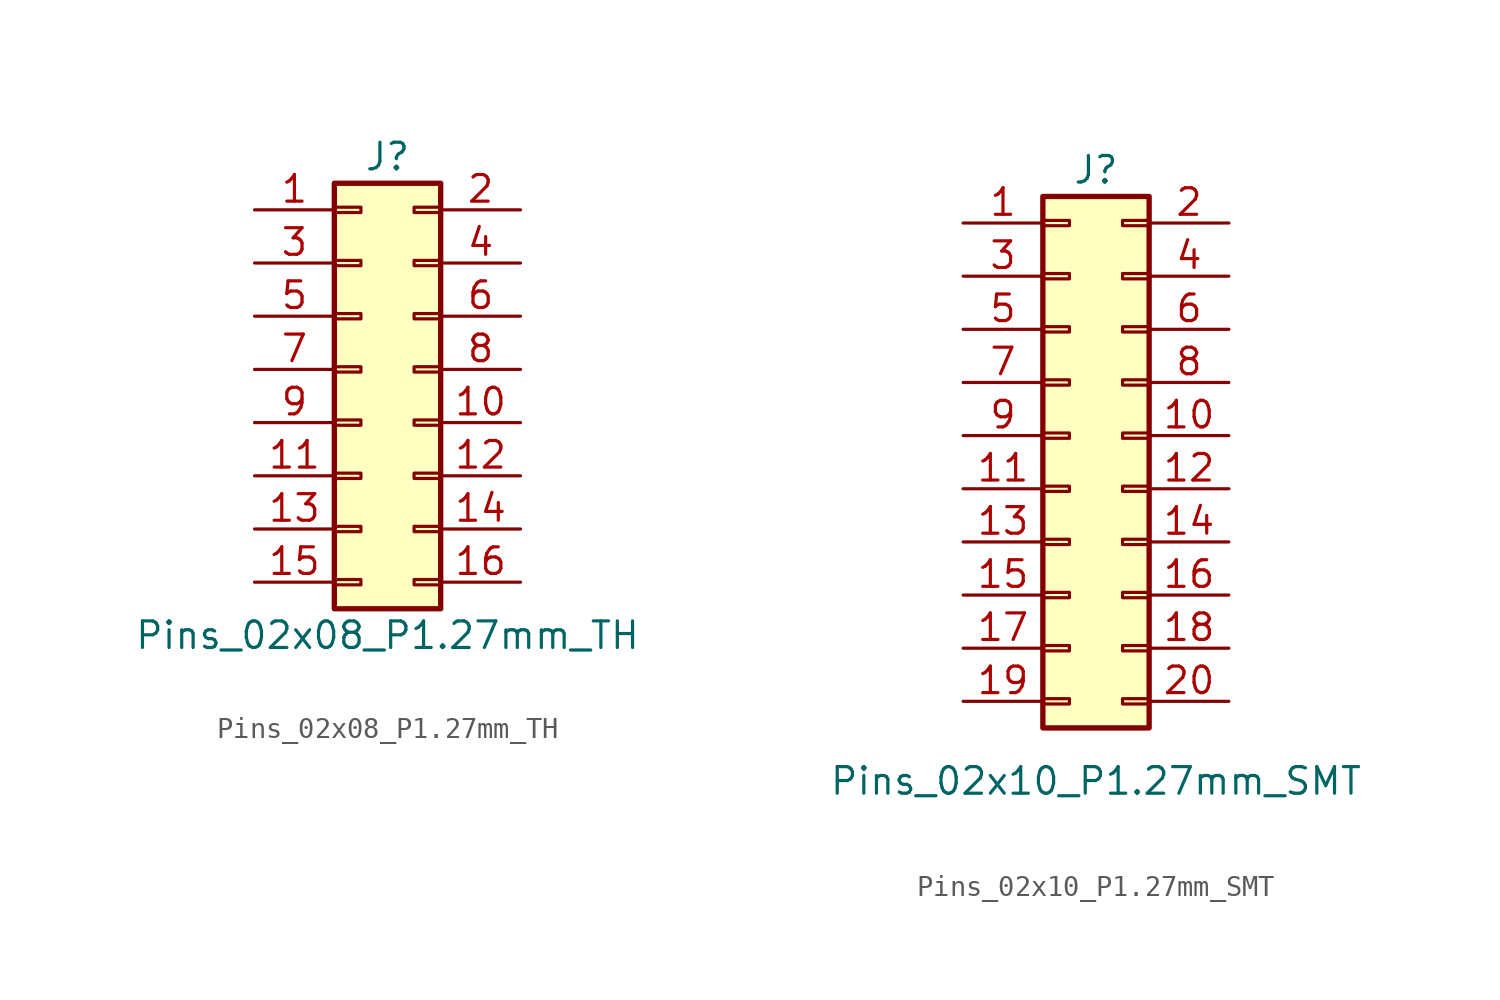
<source format=kicad_sym>
(kicad_symbol_lib
  (version 20211014)
  (generator kicad_symbol_editor)
  (symbol "Pins_02x08_P1.27mm_TH"
    (pin_names
      (offset 1.016) hide)
    (property "Reference" "J"
      (at 0 11.43 0)
      (effects (font (size 1.27 1.27))))
    (property "Value" "Pins_02x08_P1.27mm_TH"
      (at 0 -11.43 0)
      (effects (font (size 1.27 1.27))))
    (symbol "Pins_02x08_P1.27mm_TH_1_1"
      (rectangle (start -2.54 -8.763) (end -1.27 -9.017) (stroke (width 0) (type default) (color 0 0 0 0)) (fill (type none)))
      (rectangle (start -2.54 -6.223) (end -1.27 -6.477) (stroke (width 0) (type default) (color 0 0 0 0)) (fill (type none)))
      (rectangle (start -2.54 -3.683) (end -1.27 -3.937) (stroke (width 0) (type default) (color 0 0 0 0)) (fill (type none)))
      (rectangle (start -2.54 -1.143) (end -1.27 -1.397) (stroke (width 0) (type default) (color 0 0 0 0)) (fill (type none)))
      (rectangle (start -2.54 1.397) (end -1.27 1.143) (stroke (width 0) (type default) (color 0 0 0 0)) (fill (type none)))
      (rectangle (start -2.54 3.937) (end -1.27 3.683) (stroke (width 0) (type default) (color 0 0 0 0)) (fill (type none)))
      (rectangle (start -2.54 6.477) (end -1.27 6.223) (stroke (width 0) (type default) (color 0 0 0 0)) (fill (type none)))
      (rectangle (start -2.54 9.017) (end -1.27 8.763) (stroke (width 0) (type default) (color 0 0 0 0)) (fill (type none)))
      (rectangle (start -2.54 10.16) (end 2.54 -10.16) (stroke (width 0.254) (type default) (color 0 0 0 0)) (fill (type background)))
      (rectangle (start 1.27 -8.763) (end 2.54 -9.017) (stroke (width 0) (type default) (color 0 0 0 0)) (fill (type none)))
      (rectangle (start 1.27 -6.223) (end 2.54 -6.477) (stroke (width 0) (type default) (color 0 0 0 0)) (fill (type none)))
      (rectangle (start 1.27 -3.683) (end 2.54 -3.937) (stroke (width 0) (type default) (color 0 0 0 0)) (fill (type none)))
      (rectangle (start 1.27 -1.143) (end 2.54 -1.397) (stroke (width 0) (type default) (color 0 0 0 0)) (fill (type none)))
      (rectangle (start 1.27 1.397) (end 2.54 1.143) (stroke (width 0) (type default) (color 0 0 0 0)) (fill (type none)))
      (rectangle (start 1.27 3.937) (end 2.54 3.683) (stroke (width 0) (type default) (color 0 0 0 0)) (fill (type none)))
      (rectangle (start 1.27 6.477) (end 2.54 6.223) (stroke (width 0) (type default) (color 0 0 0 0)) (fill (type none)))
      (rectangle (start 1.27 9.017) (end 2.54 8.763) (stroke (width 0) (type default) (color 0 0 0 0)) (fill (type none)))
      (pin passive line (at -6.35 8.89 0) (length 3.81) (name "1" (effects (font (size 1.27 1.27)))) (number "1" (effects (font (size 1.27 1.27)))))
      (pin passive line (at 6.35 -1.27 180) (length 3.81) (name "10" (effects (font (size 1.27 1.27)))) (number "10" (effects (font (size 1.27 1.27)))))
      (pin passive line (at -6.35 -3.81 0) (length 3.81) (name "11" (effects (font (size 1.27 1.27)))) (number "11" (effects (font (size 1.27 1.27)))))
      (pin passive line (at 6.35 -3.81 180) (length 3.81) (name "12" (effects (font (size 1.27 1.27)))) (number "12" (effects (font (size 1.27 1.27)))))
      (pin passive line (at -6.35 -6.35 0) (length 3.81) (name "13" (effects (font (size 1.27 1.27)))) (number "13" (effects (font (size 1.27 1.27)))))
      (pin passive line (at 6.35 -6.35 180) (length 3.81) (name "14" (effects (font (size 1.27 1.27)))) (number "14" (effects (font (size 1.27 1.27)))))
      (pin passive line (at -6.35 -8.89 0) (length 3.81) (name "15" (effects (font (size 1.27 1.27)))) (number "15" (effects (font (size 1.27 1.27)))))
      (pin passive line (at 6.35 -8.89 180) (length 3.81) (name "16" (effects (font (size 1.27 1.27)))) (number "16" (effects (font (size 1.27 1.27)))))
      (pin passive line (at 6.35 8.89 180) (length 3.81) (name "2" (effects (font (size 1.27 1.27)))) (number "2" (effects (font (size 1.27 1.27)))))
      (pin passive line (at -6.35 6.35 0) (length 3.81) (name "3" (effects (font (size 1.27 1.27)))) (number "3" (effects (font (size 1.27 1.27)))))
      (pin passive line (at 6.35 6.35 180) (length 3.81) (name "4" (effects (font (size 1.27 1.27)))) (number "4" (effects (font (size 1.27 1.27)))))
      (pin passive line (at -6.35 3.81 0) (length 3.81) (name "5" (effects (font (size 1.27 1.27)))) (number "5" (effects (font (size 1.27 1.27)))))
      (pin passive line (at 6.35 3.81 180) (length 3.81) (name "6" (effects (font (size 1.27 1.27)))) (number "6" (effects (font (size 1.27 1.27)))))
      (pin passive line (at -6.35 1.27 0) (length 3.81) (name "7" (effects (font (size 1.27 1.27)))) (number "7" (effects (font (size 1.27 1.27)))))
      (pin passive line (at 6.35 1.27 180) (length 3.81) (name "8" (effects (font (size 1.27 1.27)))) (number "8" (effects (font (size 1.27 1.27)))))
      (pin passive line (at -6.35 -1.27 0) (length 3.81) (name "9" (effects (font (size 1.27 1.27)))) (number "9" (effects (font (size 1.27 1.27)))))))
  (symbol "Pins_02x10_P1.27mm_SMT"
    (pin_names
      (offset 1.016) hide)
    (property "Reference" "J"
      (at 0 13.97 0)
      (effects (font (size 1.27 1.27))))
    (property "Value" "Pins_02x10_P1.27mm_SMT"
      (at 0 -15.24 0)
      (effects (font (size 1.27 1.27))))
    (symbol "Pins_02x10_P1.27mm_SMT_1_1"
      (rectangle (start -2.54 -11.303) (end -1.27 -11.557) (stroke (width 0) (type default) (color 0 0 0 0)) (fill (type none)))
      (rectangle (start -2.54 -8.763) (end -1.27 -9.017) (stroke (width 0) (type default) (color 0 0 0 0)) (fill (type none)))
      (rectangle (start -2.54 -6.223) (end -1.27 -6.477) (stroke (width 0) (type default) (color 0 0 0 0)) (fill (type none)))
      (rectangle (start -2.54 -3.683) (end -1.27 -3.937) (stroke (width 0) (type default) (color 0 0 0 0)) (fill (type none)))
      (rectangle (start -2.54 -1.143) (end -1.27 -1.397) (stroke (width 0) (type default) (color 0 0 0 0)) (fill (type none)))
      (rectangle (start -2.54 1.397) (end -1.27 1.143) (stroke (width 0) (type default) (color 0 0 0 0)) (fill (type none)))
      (rectangle (start -2.54 3.937) (end -1.27 3.683) (stroke (width 0) (type default) (color 0 0 0 0)) (fill (type none)))
      (rectangle (start -2.54 6.477) (end -1.27 6.223) (stroke (width 0) (type default) (color 0 0 0 0)) (fill (type none)))
      (rectangle (start -2.54 9.017) (end -1.27 8.763) (stroke (width 0) (type default) (color 0 0 0 0)) (fill (type none)))
      (rectangle (start -2.54 11.557) (end -1.27 11.303) (stroke (width 0) (type default) (color 0 0 0 0)) (fill (type none)))
      (rectangle (start -2.54 12.7) (end 2.54 -12.7) (stroke (width 0.254) (type default) (color 0 0 0 0)) (fill (type background)))
      (rectangle (start 1.27 -11.303) (end 2.54 -11.557) (stroke (width 0) (type default) (color 0 0 0 0)) (fill (type none)))
      (rectangle (start 1.27 -8.763) (end 2.54 -9.017) (stroke (width 0) (type default) (color 0 0 0 0)) (fill (type none)))
      (rectangle (start 1.27 -6.223) (end 2.54 -6.477) (stroke (width 0) (type default) (color 0 0 0 0)) (fill (type none)))
      (rectangle (start 1.27 -3.683) (end 2.54 -3.937) (stroke (width 0) (type default) (color 0 0 0 0)) (fill (type none)))
      (rectangle (start 1.27 -1.143) (end 2.54 -1.397) (stroke (width 0) (type default) (color 0 0 0 0)) (fill (type none)))
      (rectangle (start 1.27 1.397) (end 2.54 1.143) (stroke (width 0) (type default) (color 0 0 0 0)) (fill (type none)))
      (rectangle (start 1.27 3.937) (end 2.54 3.683) (stroke (width 0) (type default) (color 0 0 0 0)) (fill (type none)))
      (rectangle (start 1.27 6.477) (end 2.54 6.223) (stroke (width 0) (type default) (color 0 0 0 0)) (fill (type none)))
      (rectangle (start 1.27 9.017) (end 2.54 8.763) (stroke (width 0) (type default) (color 0 0 0 0)) (fill (type none)))
      (rectangle (start 1.27 11.557) (end 2.54 11.303) (stroke (width 0) (type default) (color 0 0 0 0)) (fill (type none)))
      (pin passive line (at -6.35 11.43 0) (length 3.81) (name "1" (effects (font (size 1.27 1.27)))) (number "1" (effects (font (size 1.27 1.27)))))
      (pin passive line (at 6.35 1.27 180) (length 3.81) (name "10" (effects (font (size 1.27 1.27)))) (number "10" (effects (font (size 1.27 1.27)))))
      (pin passive line (at -6.35 -1.27 0) (length 3.81) (name "11" (effects (font (size 1.27 1.27)))) (number "11" (effects (font (size 1.27 1.27)))))
      (pin passive line (at 6.35 -1.27 180) (length 3.81) (name "12" (effects (font (size 1.27 1.27)))) (number "12" (effects (font (size 1.27 1.27)))))
      (pin passive line (at -6.35 -3.81 0) (length 3.81) (name "13" (effects (font (size 1.27 1.27)))) (number "13" (effects (font (size 1.27 1.27)))))
      (pin passive line (at 6.35 -3.81 180) (length 3.81) (name "14" (effects (font (size 1.27 1.27)))) (number "14" (effects (font (size 1.27 1.27)))))
      (pin passive line (at -6.35 -6.35 0) (length 3.81) (name "15" (effects (font (size 1.27 1.27)))) (number "15" (effects (font (size 1.27 1.27)))))
      (pin passive line (at 6.35 -6.35 180) (length 3.81) (name "16" (effects (font (size 1.27 1.27)))) (number "16" (effects (font (size 1.27 1.27)))))
      (pin passive line (at -6.35 -8.89 0) (length 3.81) (name "17" (effects (font (size 1.27 1.27)))) (number "17" (effects (font (size 1.27 1.27)))))
      (pin passive line (at 6.35 -8.89 180) (length 3.81) (name "18" (effects (font (size 1.27 1.27)))) (number "18" (effects (font (size 1.27 1.27)))))
      (pin passive line (at -6.35 -11.43 0) (length 3.81) (name "19" (effects (font (size 1.27 1.27)))) (number "19" (effects (font (size 1.27 1.27)))))
      (pin passive line (at 6.35 11.43 180) (length 3.81) (name "2" (effects (font (size 1.27 1.27)))) (number "2" (effects (font (size 1.27 1.27)))))
      (pin passive line (at 6.35 -11.43 180) (length 3.81) (name "20" (effects (font (size 1.27 1.27)))) (number "20" (effects (font (size 1.27 1.27)))))
      (pin passive line (at -6.35 8.89 0) (length 3.81) (name "3" (effects (font (size 1.27 1.27)))) (number "3" (effects (font (size 1.27 1.27)))))
      (pin passive line (at 6.35 8.89 180) (length 3.81) (name "4" (effects (font (size 1.27 1.27)))) (number "4" (effects (font (size 1.27 1.27)))))
      (pin passive line (at -6.35 6.35 0) (length 3.81) (name "5" (effects (font (size 1.27 1.27)))) (number "5" (effects (font (size 1.27 1.27)))))
      (pin passive line (at 6.35 6.35 180) (length 3.81) (name "6" (effects (font (size 1.27 1.27)))) (number "6" (effects (font (size 1.27 1.27)))))
      (pin passive line (at -6.35 3.81 0) (length 3.81) (name "7" (effects (font (size 1.27 1.27)))) (number "7" (effects (font (size 1.27 1.27)))))
      (pin passive line (at 6.35 3.81 180) (length 3.81) (name "8" (effects (font (size 1.27 1.27)))) (number "8" (effects (font (size 1.27 1.27)))))
      (pin passive line (at -6.35 1.27 0) (length 3.81) (name "9" (effects (font (size 1.27 1.27)))) (number "9" (effects (font (size 1.27 1.27))))))))
</source>
